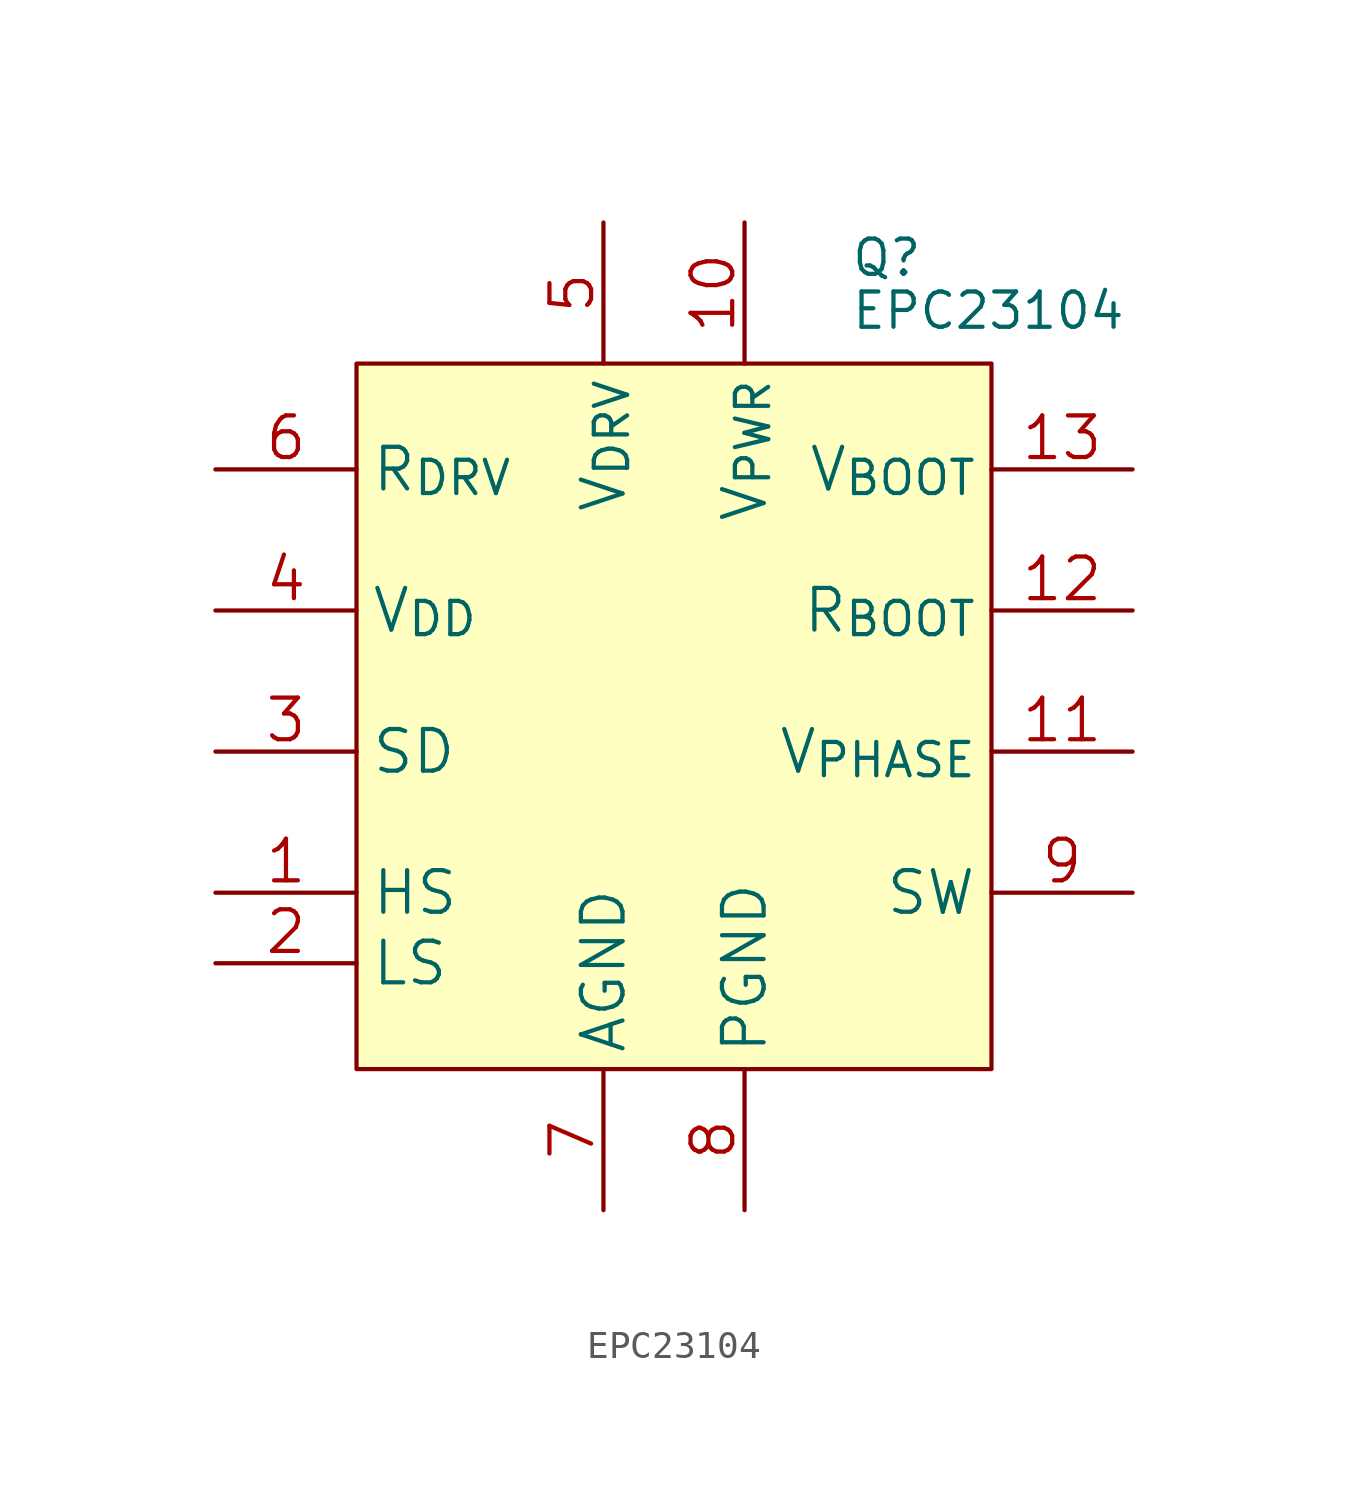
<source format=kicad_sym>
(kicad_symbol_lib
  (version 20220914)
  (generator kicad_symbol_editor)
  (symbol "EPC23104"
    (property "Reference" "Q"
      (at 6.35 16.51 0)
      (effects (font (size 1.27 1.27)) (justify left)))
    (property "Value" "EPC23104"
      (at 6.35 14.605 0)
      (effects (font (size 1.27 1.27)) (justify left)))
    (symbol "EPC23104_0_1"
      (rectangle (start -11.43 12.7) (end 11.43 -12.7) (stroke (width 0) (type default)) (fill (type background))))
    (symbol "EPC23104_1_1"
      (pin input line (at -16.51 -6.35 0) (length 5.08) (name "HS" (effects (font (size 1.499 1.499)))) (number "1" (effects (font (size 1.499 1.499)))))
      (pin unspecified line (at 2.54 17.78 270) (length 5.08) (name "V_{PWR}" (effects (font (size 1.499 1.499)))) (number "10" (effects (font (size 1.499 1.499)))))
      (pin unspecified line (at 16.51 -1.27 180) (length 5.08) (name "V_{PHASE}" (effects (font (size 1.499 1.499)))) (number "11" (effects (font (size 1.499 1.499)))))
      (pin unspecified line (at 16.51 3.81 180) (length 5.08) (name "R_{BOOT}" (effects (font (size 1.499 1.499)))) (number "12" (effects (font (size 1.499 1.499)))))
      (pin unspecified line (at 16.51 8.89 180) (length 5.08) (name "V_{BOOT}" (effects (font (size 1.499 1.499)))) (number "13" (effects (font (size 1.499 1.499)))))
      (pin input line (at -16.51 -8.89 0) (length 5.08) (name "LS" (effects (font (size 1.499 1.499)))) (number "2" (effects (font (size 1.499 1.499)))))
      (pin input line (at -16.51 -1.27 0) (length 5.08) (name "SD" (effects (font (size 1.499 1.499)))) (number "3" (effects (font (size 1.499 1.499)))))
      (pin power_out line (at -16.51 3.81 0) (length 5.08) (name "V_{DD}" (effects (font (size 1.499 1.499)))) (number "4" (effects (font (size 1.499 1.499)))))
      (pin power_in line (at -2.54 17.78 270) (length 5.08) (name "V_{DRV}" (effects (font (size 1.499 1.499)))) (number "5" (effects (font (size 1.499 1.499)))))
      (pin power_in line (at -16.51 8.89 0) (length 5.08) (name "R_{DRV}" (effects (font (size 1.499 1.499)))) (number "6" (effects (font (size 1.499 1.499)))))
      (pin power_in line (at -2.54 -17.78 90) (length 5.08) (name "AGND" (effects (font (size 1.499 1.499)))) (number "7" (effects (font (size 1.499 1.499)))))
      (pin power_in line (at 2.54 -17.78 90) (length 5.08) (name "PGND" (effects (font (size 1.499 1.499)))) (number "8" (effects (font (size 1.499 1.499)))))
      (pin unspecified line (at 16.51 -6.35 180) (length 5.08) (name "SW" (effects (font (size 1.499 1.499)))) (number "9" (effects (font (size 1.499 1.499))))))))
</source>
